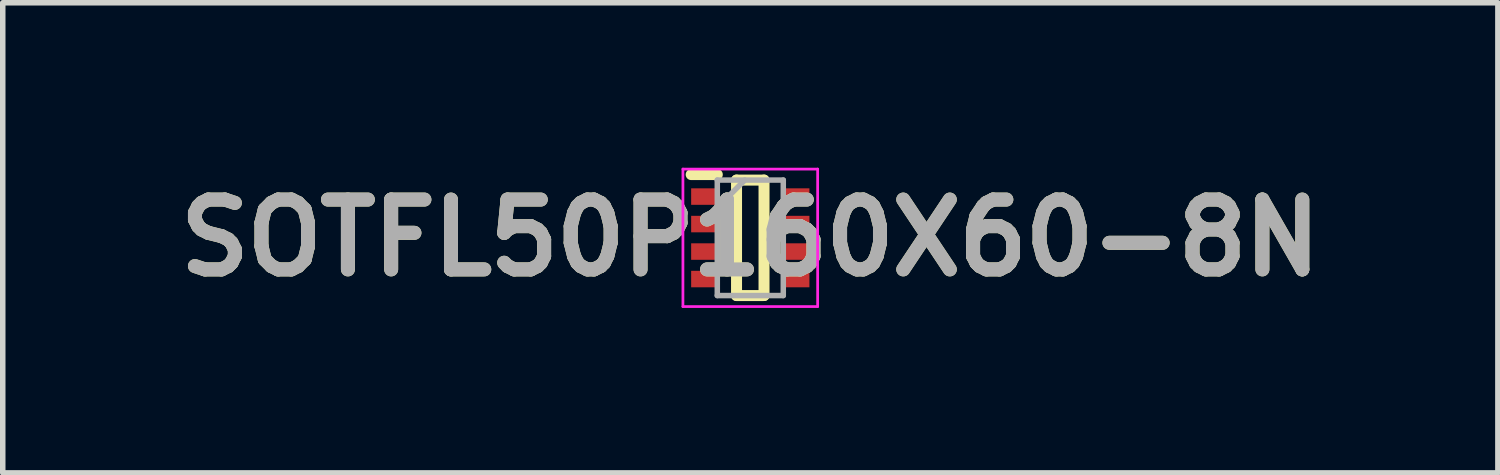
<source format=kicad_pcb>
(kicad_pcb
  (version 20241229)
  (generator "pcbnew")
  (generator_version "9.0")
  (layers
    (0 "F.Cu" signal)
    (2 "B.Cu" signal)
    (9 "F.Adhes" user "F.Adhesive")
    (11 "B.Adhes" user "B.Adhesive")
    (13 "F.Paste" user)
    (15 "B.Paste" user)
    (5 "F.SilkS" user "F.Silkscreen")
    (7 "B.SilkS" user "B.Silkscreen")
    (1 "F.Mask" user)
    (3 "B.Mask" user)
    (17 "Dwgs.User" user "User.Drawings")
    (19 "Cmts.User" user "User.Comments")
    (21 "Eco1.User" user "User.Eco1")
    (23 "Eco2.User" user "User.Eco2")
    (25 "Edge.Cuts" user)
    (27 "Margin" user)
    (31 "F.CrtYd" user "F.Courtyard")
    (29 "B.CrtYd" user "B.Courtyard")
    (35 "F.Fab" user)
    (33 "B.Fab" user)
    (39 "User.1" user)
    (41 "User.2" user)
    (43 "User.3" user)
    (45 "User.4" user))
  (footprint "SOTFL50P160X60-8N"
    (layer "F.Cu")
    (at 10.595 1.275)
    (property "Reference" "SOTFL50P160X60-8N" (at 0 0 0) (layer "F.SilkS") (effects (font (size 1.27 1.27) (thickness 0.254))))
    (attr smd)
    (fp_line (start -1.075 -1.15) (end -0.6 -1.15) (stroke (width 0.2) (type solid)) (layer "F.SilkS"))
    (fp_line (start -0.25 -1.05) (end 0.25 -1.05) (stroke (width 0.2) (type solid)) (layer "F.SilkS"))
    (fp_line (start -0.25 1.05) (end -0.25 -1.05) (stroke (width 0.2) (type solid)) (layer "F.SilkS"))
    (fp_line (start 0.25 -1.05) (end 0.25 1.05) (stroke (width 0.2) (type solid)) (layer "F.SilkS"))
    (fp_line (start 0.25 1.05) (end -0.25 1.05) (stroke (width 0.2) (type solid)) (layer "F.SilkS"))
    (fp_line (start -1.225 -1.25) (end 1.225 -1.25) (stroke (width 0.05) (type solid)) (layer "F.CrtYd"))
    (fp_line (start -1.225 1.25) (end -1.225 -1.25) (stroke (width 0.05) (type solid)) (layer "F.CrtYd"))
    (fp_line (start 1.225 -1.25) (end 1.225 1.25) (stroke (width 0.05) (type solid)) (layer "F.CrtYd"))
    (fp_line (start 1.225 1.25) (end -1.225 1.25) (stroke (width 0.05) (type solid)) (layer "F.CrtYd"))
    (fp_line (start -0.6 -1.05) (end 0.6 -1.05) (stroke (width 0.1) (type solid)) (layer "F.Fab"))
    (fp_line (start -0.6 -0.55) (end -0.1 -1.05) (stroke (width 0.1) (type solid)) (layer "F.Fab"))
    (fp_line (start -0.6 1.05) (end -0.6 -1.05) (stroke (width 0.1) (type solid)) (layer "F.Fab"))
    (fp_line (start 0.6 -1.05) (end 0.6 1.05) (stroke (width 0.1) (type solid)) (layer "F.Fab"))
    (fp_line (start 0.6 1.05) (end -0.6 1.05) (stroke (width 0.1) (type solid)) (layer "F.Fab"))
    (fp_text user "${REFERENCE}" (at 0 0 0) (layer "F.Fab") (effects (font (size 1.27 1.27) (thickness 0.254))))
    (pad "1" smd rect (at -0.838 -0.75 90) (size 0.3 0.475) (layers "F.Cu" "F.Mask" "F.Paste"))
    (pad "2" smd rect (at -0.838 -0.25 90) (size 0.3 0.475) (layers "F.Cu" "F.Mask" "F.Paste"))
    (pad "3" smd rect (at -0.838 0.25 90) (size 0.3 0.475) (layers "F.Cu" "F.Mask" "F.Paste"))
    (pad "4" smd rect (at -0.838 0.75 90) (size 0.3 0.475) (layers "F.Cu" "F.Mask" "F.Paste"))
    (pad "5" smd rect (at 0.838 0.75 90) (size 0.3 0.475) (layers "F.Cu" "F.Mask" "F.Paste"))
    (pad "6" smd rect (at 0.838 0.25 90) (size 0.3 0.475) (layers "F.Cu" "F.Mask" "F.Paste"))
    (pad "7" smd rect (at 0.838 -0.25 90) (size 0.3 0.475) (layers "F.Cu" "F.Mask" "F.Paste"))
    (pad "8" smd rect (at 0.838 -0.75 90) (size 0.3 0.475) (layers "F.Cu" "F.Mask" "F.Paste")))
  (gr_rect
    (start -3 -3)
    (end 24.191 5.55)
    (stroke (width 0.1) (type default))
    (fill no)
    (layer "Edge.Cuts")))
</source>
